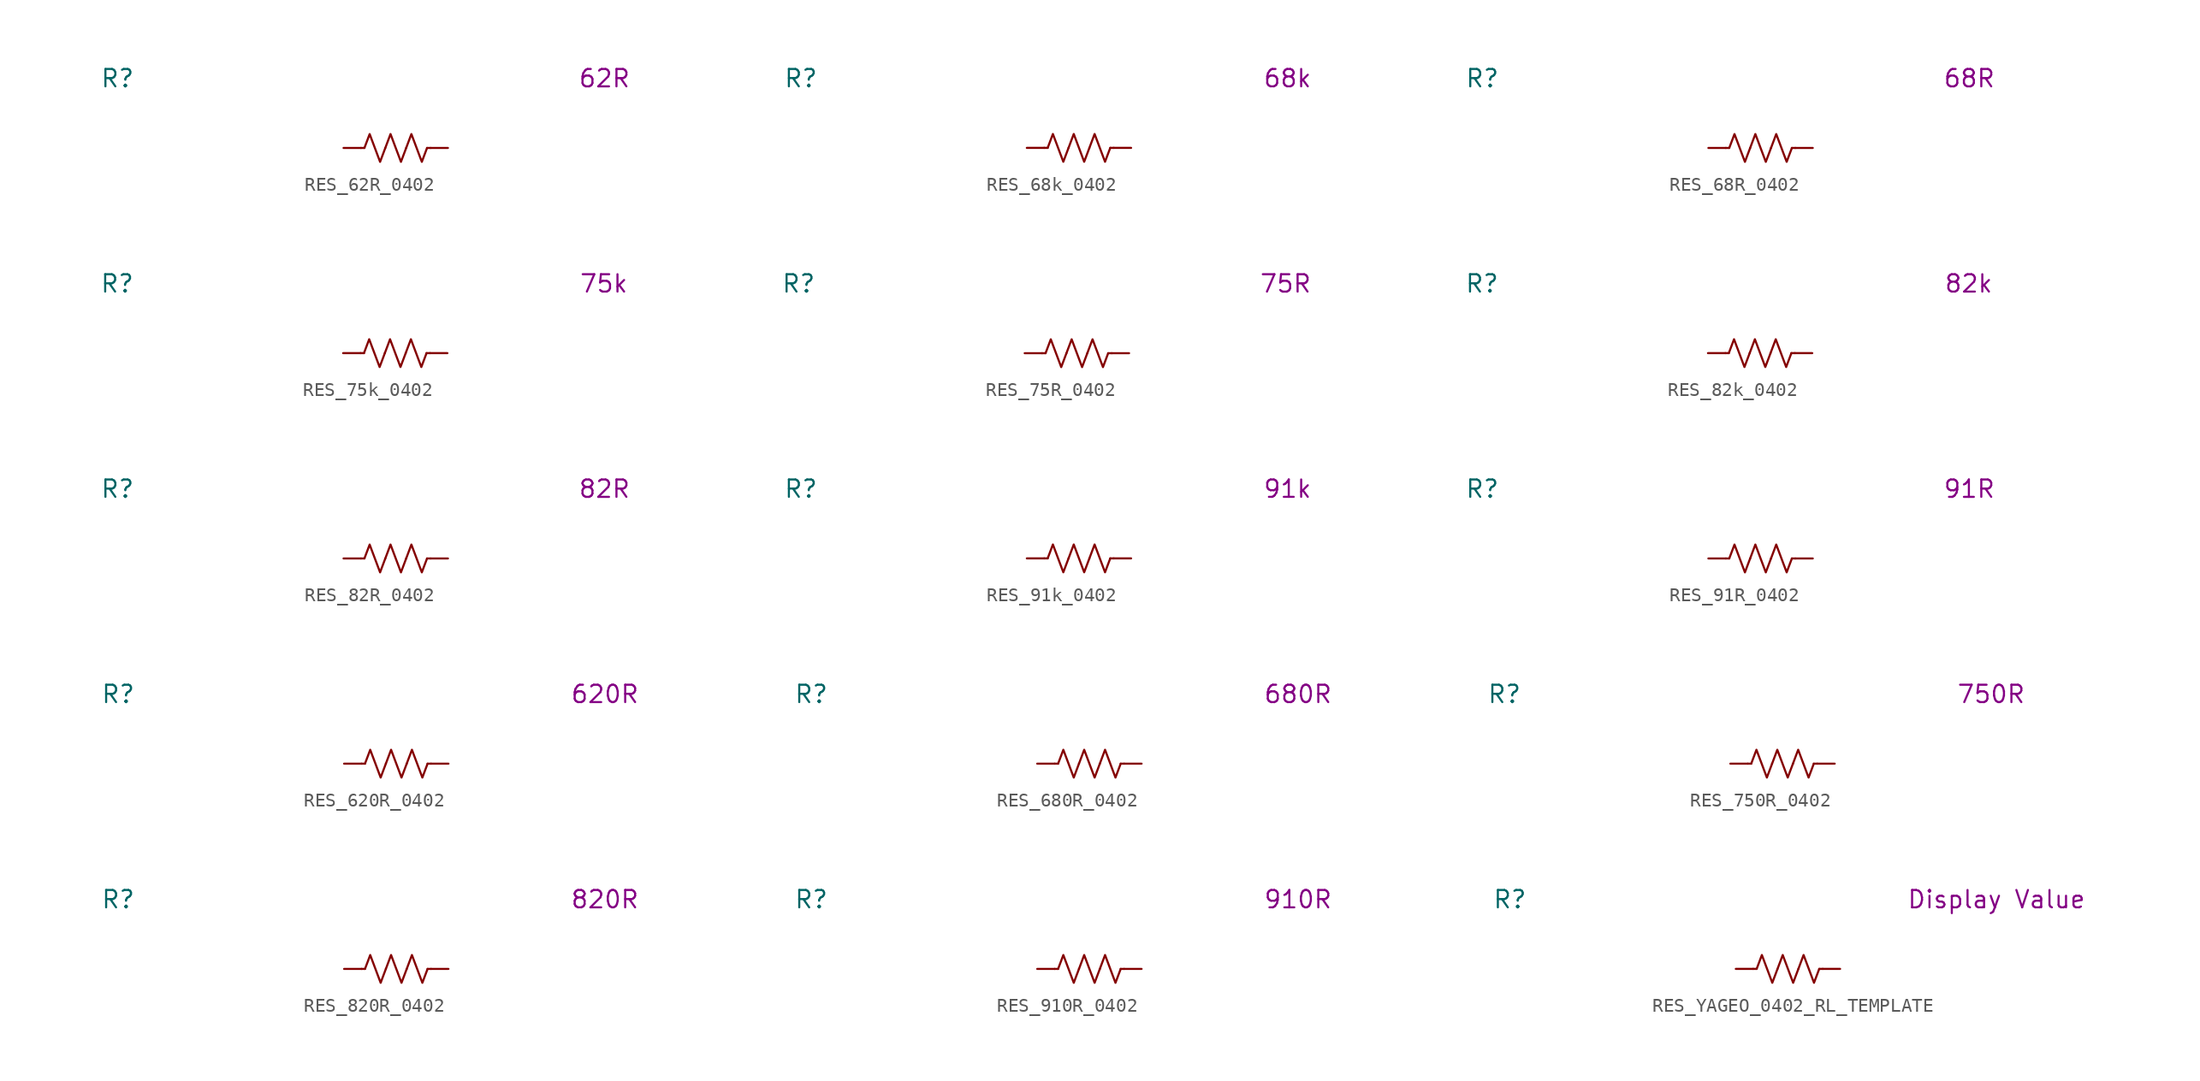
<source format=kicad_sym>
(kicad_symbol_lib
  (version 20231120)
  (generator "kicad_symbol_editor")
  (generator_version "8.0")
  (symbol "RES_62R_0402"
    (pin_numbers hide)
    (property "Reference" "R"
      (at -20.32 5.08 0)
      (effects (font (size 1.27 1.27))))
    (property "Display Value" "62R"
      (at 15.24 5.08 0)
      (effects (font (size 1.27 1.27))))
    (symbol "RES_62R_0402_0_1"
      (polyline (pts (xy -2.286 0) (xy -2.54 0)) (stroke (width 0) (type default)) (fill (type none)))
      (polyline (pts (xy 2.286 0) (xy 2.54 0)) (stroke (width 0) (type default)) (fill (type none)))
      (polyline (pts (xy -2.286 0) (xy -1.905 1.016) (xy -1.524 0) (xy -1.143 -1.016) (xy -0.762 0)) (stroke (width 0) (type default)) (fill (type none)))
      (polyline (pts (xy -0.762 0) (xy -0.381 1.016) (xy 0 0) (xy 0.381 -1.016) (xy 0.762 0)) (stroke (width 0) (type default)) (fill (type none)))
      (polyline (pts (xy 0.762 0) (xy 1.143 1.016) (xy 1.524 0) (xy 1.905 -1.016) (xy 2.286 0)) (stroke (width 0) (type default)) (fill (type none))))
    (symbol "RES_62R_0402_1_1"
      (pin passive line (at -3.81 0 0) (length 1.27) (name "~" (effects (font (size 1.27 1.27)))) (number "1" (effects (font (size 1.27 1.27)))))
      (pin passive line (at 3.81 0 180) (length 1.27) (name "~" (effects (font (size 1.27 1.27)))) (number "2" (effects (font (size 1.27 1.27)))))))
  (symbol "RES_68k_0402"
    (pin_numbers hide)
    (property "Reference" "R"
      (at -20.32 5.08 0)
      (effects (font (size 1.27 1.27))))
    (property "Display Value" "68k"
      (at 15.24 5.08 0)
      (effects (font (size 1.27 1.27))))
    (symbol "RES_68k_0402_0_1"
      (polyline (pts (xy -2.286 0) (xy -2.54 0)) (stroke (width 0) (type default)) (fill (type none)))
      (polyline (pts (xy 2.286 0) (xy 2.54 0)) (stroke (width 0) (type default)) (fill (type none)))
      (polyline (pts (xy -2.286 0) (xy -1.905 1.016) (xy -1.524 0) (xy -1.143 -1.016) (xy -0.762 0)) (stroke (width 0) (type default)) (fill (type none)))
      (polyline (pts (xy -0.762 0) (xy -0.381 1.016) (xy 0 0) (xy 0.381 -1.016) (xy 0.762 0)) (stroke (width 0) (type default)) (fill (type none)))
      (polyline (pts (xy 0.762 0) (xy 1.143 1.016) (xy 1.524 0) (xy 1.905 -1.016) (xy 2.286 0)) (stroke (width 0) (type default)) (fill (type none))))
    (symbol "RES_68k_0402_1_1"
      (pin passive line (at -3.81 0 0) (length 1.27) (name "~" (effects (font (size 1.27 1.27)))) (number "1" (effects (font (size 1.27 1.27)))))
      (pin passive line (at 3.81 0 180) (length 1.27) (name "~" (effects (font (size 1.27 1.27)))) (number "2" (effects (font (size 1.27 1.27)))))))
  (symbol "RES_68R_0402"
    (pin_numbers hide)
    (property "Reference" "R"
      (at -20.32 5.08 0)
      (effects (font (size 1.27 1.27))))
    (property "Display Value" "68R"
      (at 15.24 5.08 0)
      (effects (font (size 1.27 1.27))))
    (symbol "RES_68R_0402_0_1"
      (polyline (pts (xy -2.286 0) (xy -2.54 0)) (stroke (width 0) (type default)) (fill (type none)))
      (polyline (pts (xy 2.286 0) (xy 2.54 0)) (stroke (width 0) (type default)) (fill (type none)))
      (polyline (pts (xy -2.286 0) (xy -1.905 1.016) (xy -1.524 0) (xy -1.143 -1.016) (xy -0.762 0)) (stroke (width 0) (type default)) (fill (type none)))
      (polyline (pts (xy -0.762 0) (xy -0.381 1.016) (xy 0 0) (xy 0.381 -1.016) (xy 0.762 0)) (stroke (width 0) (type default)) (fill (type none)))
      (polyline (pts (xy 0.762 0) (xy 1.143 1.016) (xy 1.524 0) (xy 1.905 -1.016) (xy 2.286 0)) (stroke (width 0) (type default)) (fill (type none))))
    (symbol "RES_68R_0402_1_1"
      (pin passive line (at -3.81 0 0) (length 1.27) (name "~" (effects (font (size 1.27 1.27)))) (number "1" (effects (font (size 1.27 1.27)))))
      (pin passive line (at 3.81 0 180) (length 1.27) (name "~" (effects (font (size 1.27 1.27)))) (number "2" (effects (font (size 1.27 1.27)))))))
  (symbol "RES_75k_0402"
    (pin_numbers hide)
    (property "Reference" "R"
      (at -20.32 5.08 0)
      (effects (font (size 1.27 1.27))))
    (property "Display Value" "75k"
      (at 15.24 5.08 0)
      (effects (font (size 1.27 1.27))))
    (symbol "RES_75k_0402_0_1"
      (polyline (pts (xy -2.286 0) (xy -2.54 0)) (stroke (width 0) (type default)) (fill (type none)))
      (polyline (pts (xy 2.286 0) (xy 2.54 0)) (stroke (width 0) (type default)) (fill (type none)))
      (polyline (pts (xy -2.286 0) (xy -1.905 1.016) (xy -1.524 0) (xy -1.143 -1.016) (xy -0.762 0)) (stroke (width 0) (type default)) (fill (type none)))
      (polyline (pts (xy -0.762 0) (xy -0.381 1.016) (xy 0 0) (xy 0.381 -1.016) (xy 0.762 0)) (stroke (width 0) (type default)) (fill (type none)))
      (polyline (pts (xy 0.762 0) (xy 1.143 1.016) (xy 1.524 0) (xy 1.905 -1.016) (xy 2.286 0)) (stroke (width 0) (type default)) (fill (type none))))
    (symbol "RES_75k_0402_1_1"
      (pin passive line (at -3.81 0 0) (length 1.27) (name "~" (effects (font (size 1.27 1.27)))) (number "1" (effects (font (size 1.27 1.27)))))
      (pin passive line (at 3.81 0 180) (length 1.27) (name "~" (effects (font (size 1.27 1.27)))) (number "2" (effects (font (size 1.27 1.27)))))))
  (symbol "RES_75R_0402"
    (pin_numbers hide)
    (property "Reference" "R"
      (at -20.32 5.08 0)
      (effects (font (size 1.27 1.27))))
    (property "Display Value" "75R"
      (at 15.24 5.08 0)
      (effects (font (size 1.27 1.27))))
    (symbol "RES_75R_0402_0_1"
      (polyline (pts (xy -2.286 0) (xy -2.54 0)) (stroke (width 0) (type default)) (fill (type none)))
      (polyline (pts (xy 2.286 0) (xy 2.54 0)) (stroke (width 0) (type default)) (fill (type none)))
      (polyline (pts (xy -2.286 0) (xy -1.905 1.016) (xy -1.524 0) (xy -1.143 -1.016) (xy -0.762 0)) (stroke (width 0) (type default)) (fill (type none)))
      (polyline (pts (xy -0.762 0) (xy -0.381 1.016) (xy 0 0) (xy 0.381 -1.016) (xy 0.762 0)) (stroke (width 0) (type default)) (fill (type none)))
      (polyline (pts (xy 0.762 0) (xy 1.143 1.016) (xy 1.524 0) (xy 1.905 -1.016) (xy 2.286 0)) (stroke (width 0) (type default)) (fill (type none))))
    (symbol "RES_75R_0402_1_1"
      (pin passive line (at -3.81 0 0) (length 1.27) (name "~" (effects (font (size 1.27 1.27)))) (number "1" (effects (font (size 1.27 1.27)))))
      (pin passive line (at 3.81 0 180) (length 1.27) (name "~" (effects (font (size 1.27 1.27)))) (number "2" (effects (font (size 1.27 1.27)))))))
  (symbol "RES_82k_0402"
    (pin_numbers hide)
    (property "Reference" "R"
      (at -20.32 5.08 0)
      (effects (font (size 1.27 1.27))))
    (property "Display Value" "82k"
      (at 15.24 5.08 0)
      (effects (font (size 1.27 1.27))))
    (symbol "RES_82k_0402_0_1"
      (polyline (pts (xy -2.286 0) (xy -2.54 0)) (stroke (width 0) (type default)) (fill (type none)))
      (polyline (pts (xy 2.286 0) (xy 2.54 0)) (stroke (width 0) (type default)) (fill (type none)))
      (polyline (pts (xy -2.286 0) (xy -1.905 1.016) (xy -1.524 0) (xy -1.143 -1.016) (xy -0.762 0)) (stroke (width 0) (type default)) (fill (type none)))
      (polyline (pts (xy -0.762 0) (xy -0.381 1.016) (xy 0 0) (xy 0.381 -1.016) (xy 0.762 0)) (stroke (width 0) (type default)) (fill (type none)))
      (polyline (pts (xy 0.762 0) (xy 1.143 1.016) (xy 1.524 0) (xy 1.905 -1.016) (xy 2.286 0)) (stroke (width 0) (type default)) (fill (type none))))
    (symbol "RES_82k_0402_1_1"
      (pin passive line (at -3.81 0 0) (length 1.27) (name "~" (effects (font (size 1.27 1.27)))) (number "1" (effects (font (size 1.27 1.27)))))
      (pin passive line (at 3.81 0 180) (length 1.27) (name "~" (effects (font (size 1.27 1.27)))) (number "2" (effects (font (size 1.27 1.27)))))))
  (symbol "RES_82R_0402"
    (pin_numbers hide)
    (property "Reference" "R"
      (at -20.32 5.08 0)
      (effects (font (size 1.27 1.27))))
    (property "Display Value" "82R"
      (at 15.24 5.08 0)
      (effects (font (size 1.27 1.27))))
    (symbol "RES_82R_0402_0_1"
      (polyline (pts (xy -2.286 0) (xy -2.54 0)) (stroke (width 0) (type default)) (fill (type none)))
      (polyline (pts (xy 2.286 0) (xy 2.54 0)) (stroke (width 0) (type default)) (fill (type none)))
      (polyline (pts (xy -2.286 0) (xy -1.905 1.016) (xy -1.524 0) (xy -1.143 -1.016) (xy -0.762 0)) (stroke (width 0) (type default)) (fill (type none)))
      (polyline (pts (xy -0.762 0) (xy -0.381 1.016) (xy 0 0) (xy 0.381 -1.016) (xy 0.762 0)) (stroke (width 0) (type default)) (fill (type none)))
      (polyline (pts (xy 0.762 0) (xy 1.143 1.016) (xy 1.524 0) (xy 1.905 -1.016) (xy 2.286 0)) (stroke (width 0) (type default)) (fill (type none))))
    (symbol "RES_82R_0402_1_1"
      (pin passive line (at -3.81 0 0) (length 1.27) (name "~" (effects (font (size 1.27 1.27)))) (number "1" (effects (font (size 1.27 1.27)))))
      (pin passive line (at 3.81 0 180) (length 1.27) (name "~" (effects (font (size 1.27 1.27)))) (number "2" (effects (font (size 1.27 1.27)))))))
  (symbol "RES_91k_0402"
    (pin_numbers hide)
    (property "Reference" "R"
      (at -20.32 5.08 0)
      (effects (font (size 1.27 1.27))))
    (property "Display Value" "91k"
      (at 15.24 5.08 0)
      (effects (font (size 1.27 1.27))))
    (symbol "RES_91k_0402_0_1"
      (polyline (pts (xy -2.286 0) (xy -2.54 0)) (stroke (width 0) (type default)) (fill (type none)))
      (polyline (pts (xy 2.286 0) (xy 2.54 0)) (stroke (width 0) (type default)) (fill (type none)))
      (polyline (pts (xy -2.286 0) (xy -1.905 1.016) (xy -1.524 0) (xy -1.143 -1.016) (xy -0.762 0)) (stroke (width 0) (type default)) (fill (type none)))
      (polyline (pts (xy -0.762 0) (xy -0.381 1.016) (xy 0 0) (xy 0.381 -1.016) (xy 0.762 0)) (stroke (width 0) (type default)) (fill (type none)))
      (polyline (pts (xy 0.762 0) (xy 1.143 1.016) (xy 1.524 0) (xy 1.905 -1.016) (xy 2.286 0)) (stroke (width 0) (type default)) (fill (type none))))
    (symbol "RES_91k_0402_1_1"
      (pin passive line (at -3.81 0 0) (length 1.27) (name "~" (effects (font (size 1.27 1.27)))) (number "1" (effects (font (size 1.27 1.27)))))
      (pin passive line (at 3.81 0 180) (length 1.27) (name "~" (effects (font (size 1.27 1.27)))) (number "2" (effects (font (size 1.27 1.27)))))))
  (symbol "RES_91R_0402"
    (pin_numbers hide)
    (property "Reference" "R"
      (at -20.32 5.08 0)
      (effects (font (size 1.27 1.27))))
    (property "Display Value" "91R"
      (at 15.24 5.08 0)
      (effects (font (size 1.27 1.27))))
    (symbol "RES_91R_0402_0_1"
      (polyline (pts (xy -2.286 0) (xy -2.54 0)) (stroke (width 0) (type default)) (fill (type none)))
      (polyline (pts (xy 2.286 0) (xy 2.54 0)) (stroke (width 0) (type default)) (fill (type none)))
      (polyline (pts (xy -2.286 0) (xy -1.905 1.016) (xy -1.524 0) (xy -1.143 -1.016) (xy -0.762 0)) (stroke (width 0) (type default)) (fill (type none)))
      (polyline (pts (xy -0.762 0) (xy -0.381 1.016) (xy 0 0) (xy 0.381 -1.016) (xy 0.762 0)) (stroke (width 0) (type default)) (fill (type none)))
      (polyline (pts (xy 0.762 0) (xy 1.143 1.016) (xy 1.524 0) (xy 1.905 -1.016) (xy 2.286 0)) (stroke (width 0) (type default)) (fill (type none))))
    (symbol "RES_91R_0402_1_1"
      (pin passive line (at -3.81 0 0) (length 1.27) (name "~" (effects (font (size 1.27 1.27)))) (number "1" (effects (font (size 1.27 1.27)))))
      (pin passive line (at 3.81 0 180) (length 1.27) (name "~" (effects (font (size 1.27 1.27)))) (number "2" (effects (font (size 1.27 1.27)))))))
  (symbol "RES_620R_0402"
    (pin_numbers hide)
    (property "Reference" "R"
      (at -20.32 5.08 0)
      (effects (font (size 1.27 1.27))))
    (property "Display Value" "620R"
      (at 15.24 5.08 0)
      (effects (font (size 1.27 1.27))))
    (symbol "RES_620R_0402_0_1"
      (polyline (pts (xy -2.286 0) (xy -2.54 0)) (stroke (width 0) (type default)) (fill (type none)))
      (polyline (pts (xy 2.286 0) (xy 2.54 0)) (stroke (width 0) (type default)) (fill (type none)))
      (polyline (pts (xy -2.286 0) (xy -1.905 1.016) (xy -1.524 0) (xy -1.143 -1.016) (xy -0.762 0)) (stroke (width 0) (type default)) (fill (type none)))
      (polyline (pts (xy -0.762 0) (xy -0.381 1.016) (xy 0 0) (xy 0.381 -1.016) (xy 0.762 0)) (stroke (width 0) (type default)) (fill (type none)))
      (polyline (pts (xy 0.762 0) (xy 1.143 1.016) (xy 1.524 0) (xy 1.905 -1.016) (xy 2.286 0)) (stroke (width 0) (type default)) (fill (type none))))
    (symbol "RES_620R_0402_1_1"
      (pin passive line (at -3.81 0 0) (length 1.27) (name "~" (effects (font (size 1.27 1.27)))) (number "1" (effects (font (size 1.27 1.27)))))
      (pin passive line (at 3.81 0 180) (length 1.27) (name "~" (effects (font (size 1.27 1.27)))) (number "2" (effects (font (size 1.27 1.27)))))))
  (symbol "RES_680R_0402"
    (pin_numbers hide)
    (property "Reference" "R"
      (at -20.32 5.08 0)
      (effects (font (size 1.27 1.27))))
    (property "Display Value" "680R"
      (at 15.24 5.08 0)
      (effects (font (size 1.27 1.27))))
    (symbol "RES_680R_0402_0_1"
      (polyline (pts (xy -2.286 0) (xy -2.54 0)) (stroke (width 0) (type default)) (fill (type none)))
      (polyline (pts (xy 2.286 0) (xy 2.54 0)) (stroke (width 0) (type default)) (fill (type none)))
      (polyline (pts (xy -2.286 0) (xy -1.905 1.016) (xy -1.524 0) (xy -1.143 -1.016) (xy -0.762 0)) (stroke (width 0) (type default)) (fill (type none)))
      (polyline (pts (xy -0.762 0) (xy -0.381 1.016) (xy 0 0) (xy 0.381 -1.016) (xy 0.762 0)) (stroke (width 0) (type default)) (fill (type none)))
      (polyline (pts (xy 0.762 0) (xy 1.143 1.016) (xy 1.524 0) (xy 1.905 -1.016) (xy 2.286 0)) (stroke (width 0) (type default)) (fill (type none))))
    (symbol "RES_680R_0402_1_1"
      (pin passive line (at -3.81 0 0) (length 1.27) (name "~" (effects (font (size 1.27 1.27)))) (number "1" (effects (font (size 1.27 1.27)))))
      (pin passive line (at 3.81 0 180) (length 1.27) (name "~" (effects (font (size 1.27 1.27)))) (number "2" (effects (font (size 1.27 1.27)))))))
  (symbol "RES_750R_0402"
    (pin_numbers hide)
    (property "Reference" "R"
      (at -20.32 5.08 0)
      (effects (font (size 1.27 1.27))))
    (property "Display Value" "750R"
      (at 15.24 5.08 0)
      (effects (font (size 1.27 1.27))))
    (symbol "RES_750R_0402_0_1"
      (polyline (pts (xy -2.286 0) (xy -2.54 0)) (stroke (width 0) (type default)) (fill (type none)))
      (polyline (pts (xy 2.286 0) (xy 2.54 0)) (stroke (width 0) (type default)) (fill (type none)))
      (polyline (pts (xy -2.286 0) (xy -1.905 1.016) (xy -1.524 0) (xy -1.143 -1.016) (xy -0.762 0)) (stroke (width 0) (type default)) (fill (type none)))
      (polyline (pts (xy -0.762 0) (xy -0.381 1.016) (xy 0 0) (xy 0.381 -1.016) (xy 0.762 0)) (stroke (width 0) (type default)) (fill (type none)))
      (polyline (pts (xy 0.762 0) (xy 1.143 1.016) (xy 1.524 0) (xy 1.905 -1.016) (xy 2.286 0)) (stroke (width 0) (type default)) (fill (type none))))
    (symbol "RES_750R_0402_1_1"
      (pin passive line (at -3.81 0 0) (length 1.27) (name "~" (effects (font (size 1.27 1.27)))) (number "1" (effects (font (size 1.27 1.27)))))
      (pin passive line (at 3.81 0 180) (length 1.27) (name "~" (effects (font (size 1.27 1.27)))) (number "2" (effects (font (size 1.27 1.27)))))))
  (symbol "RES_820R_0402"
    (pin_numbers hide)
    (property "Reference" "R"
      (at -20.32 5.08 0)
      (effects (font (size 1.27 1.27))))
    (property "Display Value" "820R"
      (at 15.24 5.08 0)
      (effects (font (size 1.27 1.27))))
    (symbol "RES_820R_0402_0_1"
      (polyline (pts (xy -2.286 0) (xy -2.54 0)) (stroke (width 0) (type default)) (fill (type none)))
      (polyline (pts (xy 2.286 0) (xy 2.54 0)) (stroke (width 0) (type default)) (fill (type none)))
      (polyline (pts (xy -2.286 0) (xy -1.905 1.016) (xy -1.524 0) (xy -1.143 -1.016) (xy -0.762 0)) (stroke (width 0) (type default)) (fill (type none)))
      (polyline (pts (xy -0.762 0) (xy -0.381 1.016) (xy 0 0) (xy 0.381 -1.016) (xy 0.762 0)) (stroke (width 0) (type default)) (fill (type none)))
      (polyline (pts (xy 0.762 0) (xy 1.143 1.016) (xy 1.524 0) (xy 1.905 -1.016) (xy 2.286 0)) (stroke (width 0) (type default)) (fill (type none))))
    (symbol "RES_820R_0402_1_1"
      (pin passive line (at -3.81 0 0) (length 1.27) (name "~" (effects (font (size 1.27 1.27)))) (number "1" (effects (font (size 1.27 1.27)))))
      (pin passive line (at 3.81 0 180) (length 1.27) (name "~" (effects (font (size 1.27 1.27)))) (number "2" (effects (font (size 1.27 1.27)))))))
  (symbol "RES_910R_0402"
    (pin_numbers hide)
    (property "Reference" "R"
      (at -20.32 5.08 0)
      (effects (font (size 1.27 1.27))))
    (property "Display Value" "910R"
      (at 15.24 5.08 0)
      (effects (font (size 1.27 1.27))))
    (symbol "RES_910R_0402_0_1"
      (polyline (pts (xy -2.286 0) (xy -2.54 0)) (stroke (width 0) (type default)) (fill (type none)))
      (polyline (pts (xy 2.286 0) (xy 2.54 0)) (stroke (width 0) (type default)) (fill (type none)))
      (polyline (pts (xy -2.286 0) (xy -1.905 1.016) (xy -1.524 0) (xy -1.143 -1.016) (xy -0.762 0)) (stroke (width 0) (type default)) (fill (type none)))
      (polyline (pts (xy -0.762 0) (xy -0.381 1.016) (xy 0 0) (xy 0.381 -1.016) (xy 0.762 0)) (stroke (width 0) (type default)) (fill (type none)))
      (polyline (pts (xy 0.762 0) (xy 1.143 1.016) (xy 1.524 0) (xy 1.905 -1.016) (xy 2.286 0)) (stroke (width 0) (type default)) (fill (type none))))
    (symbol "RES_910R_0402_1_1"
      (pin passive line (at -3.81 0 0) (length 1.27) (name "~" (effects (font (size 1.27 1.27)))) (number "1" (effects (font (size 1.27 1.27)))))
      (pin passive line (at 3.81 0 180) (length 1.27) (name "~" (effects (font (size 1.27 1.27)))) (number "2" (effects (font (size 1.27 1.27)))))))
  (symbol "RES_YAGEO_0402_RL_TEMPLATE"
    (pin_numbers hide)
    (property "Reference" "R"
      (at -20.32 5.08 0)
      (effects (font (size 1.27 1.27))))
    (property "Display Value" "Display Value"
      (at 15.24 5.08 0)
      (effects (font (size 1.27 1.27))))
    (symbol "RES_YAGEO_0402_RL_TEMPLATE_0_1"
      (polyline (pts (xy -2.286 0) (xy -2.54 0)) (stroke (width 0) (type default)) (fill (type none)))
      (polyline (pts (xy 2.286 0) (xy 2.54 0)) (stroke (width 0) (type default)) (fill (type none)))
      (polyline (pts (xy -2.286 0) (xy -1.905 1.016) (xy -1.524 0) (xy -1.143 -1.016) (xy -0.762 0)) (stroke (width 0) (type default)) (fill (type none)))
      (polyline (pts (xy -0.762 0) (xy -0.381 1.016) (xy 0 0) (xy 0.381 -1.016) (xy 0.762 0)) (stroke (width 0) (type default)) (fill (type none)))
      (polyline (pts (xy 0.762 0) (xy 1.143 1.016) (xy 1.524 0) (xy 1.905 -1.016) (xy 2.286 0)) (stroke (width 0) (type default)) (fill (type none))))
    (symbol "RES_YAGEO_0402_RL_TEMPLATE_1_1"
      (pin passive line (at -3.81 0 0) (length 1.27) (name "~" (effects (font (size 1.27 1.27)))) (number "1" (effects (font (size 1.27 1.27)))))
      (pin passive line (at 3.81 0 180) (length 1.27) (name "~" (effects (font (size 1.27 1.27)))) (number "2" (effects (font (size 1.27 1.27))))))))
</source>
